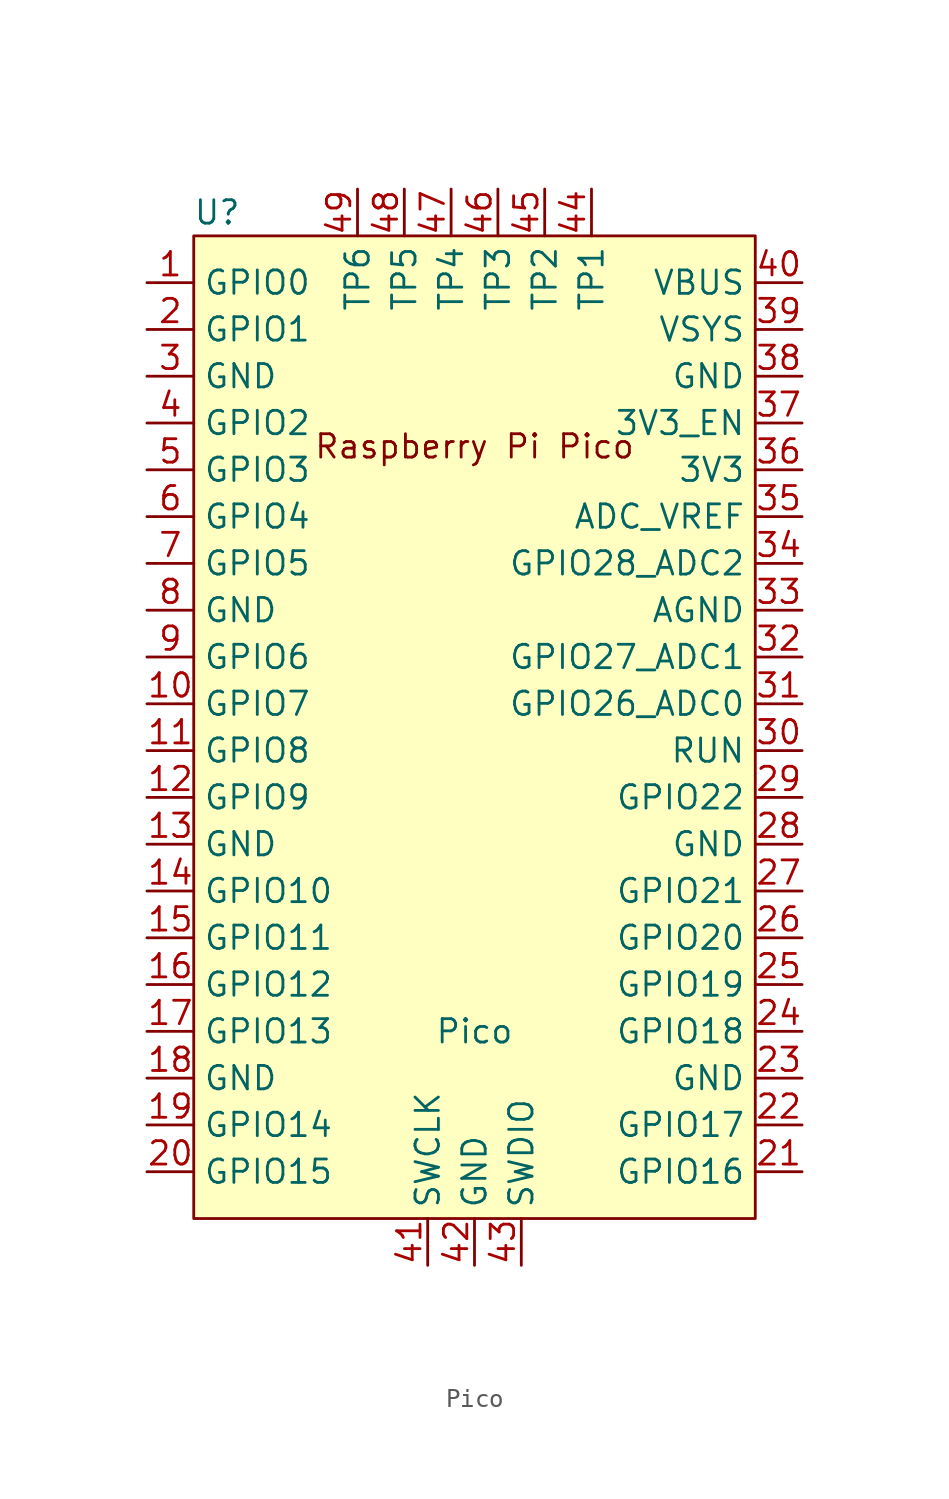
<source format=kicad_sym>
(kicad_symbol_lib
  (version 20211014)
  (generator kicad_symbol_editor)
  (symbol "Pico"
    (property "Reference" "U"
      (at -13.97 27.94 0)
      (effects (font (size 1.27 1.27))))
    (property "Value" "Pico"
      (at 0 -16.51 0)
      (effects (font (size 1.27 1.27))))
    (symbol "Pico_0_0"
      (text "Raspberry Pi Pico" (at 0 15.24 0) (effects (font (size 1.27 1.27)))))
    (symbol "Pico_0_1"
      (rectangle (start -15.24 26.67) (end 15.24 -26.67) (stroke (width 0) (type default) (color 0 0 0 0)) (fill (type background))))
    (symbol "Pico_1_1"
      (pin bidirectional line (at -17.78 24.13 0) (length 2.54) (name "GPIO0" (effects (font (size 1.27 1.27)))) (number "1" (effects (font (size 1.27 1.27)))))
      (pin bidirectional line (at -17.78 1.27 0) (length 2.54) (name "GPIO7" (effects (font (size 1.27 1.27)))) (number "10" (effects (font (size 1.27 1.27)))))
      (pin bidirectional line (at -17.78 -1.27 0) (length 2.54) (name "GPIO8" (effects (font (size 1.27 1.27)))) (number "11" (effects (font (size 1.27 1.27)))))
      (pin bidirectional line (at -17.78 -3.81 0) (length 2.54) (name "GPIO9" (effects (font (size 1.27 1.27)))) (number "12" (effects (font (size 1.27 1.27)))))
      (pin power_in line (at -17.78 -6.35 0) (length 2.54) (name "GND" (effects (font (size 1.27 1.27)))) (number "13" (effects (font (size 1.27 1.27)))))
      (pin bidirectional line (at -17.78 -8.89 0) (length 2.54) (name "GPIO10" (effects (font (size 1.27 1.27)))) (number "14" (effects (font (size 1.27 1.27)))))
      (pin bidirectional line (at -17.78 -11.43 0) (length 2.54) (name "GPIO11" (effects (font (size 1.27 1.27)))) (number "15" (effects (font (size 1.27 1.27)))))
      (pin bidirectional line (at -17.78 -13.97 0) (length 2.54) (name "GPIO12" (effects (font (size 1.27 1.27)))) (number "16" (effects (font (size 1.27 1.27)))))
      (pin bidirectional line (at -17.78 -16.51 0) (length 2.54) (name "GPIO13" (effects (font (size 1.27 1.27)))) (number "17" (effects (font (size 1.27 1.27)))))
      (pin power_in line (at -17.78 -19.05 0) (length 2.54) (name "GND" (effects (font (size 1.27 1.27)))) (number "18" (effects (font (size 1.27 1.27)))))
      (pin bidirectional line (at -17.78 -21.59 0) (length 2.54) (name "GPIO14" (effects (font (size 1.27 1.27)))) (number "19" (effects (font (size 1.27 1.27)))))
      (pin bidirectional line (at -17.78 21.59 0) (length 2.54) (name "GPIO1" (effects (font (size 1.27 1.27)))) (number "2" (effects (font (size 1.27 1.27)))))
      (pin bidirectional line (at -17.78 -24.13 0) (length 2.54) (name "GPIO15" (effects (font (size 1.27 1.27)))) (number "20" (effects (font (size 1.27 1.27)))))
      (pin bidirectional line (at 17.78 -24.13 180) (length 2.54) (name "GPIO16" (effects (font (size 1.27 1.27)))) (number "21" (effects (font (size 1.27 1.27)))))
      (pin bidirectional line (at 17.78 -21.59 180) (length 2.54) (name "GPIO17" (effects (font (size 1.27 1.27)))) (number "22" (effects (font (size 1.27 1.27)))))
      (pin power_in line (at 17.78 -19.05 180) (length 2.54) (name "GND" (effects (font (size 1.27 1.27)))) (number "23" (effects (font (size 1.27 1.27)))))
      (pin bidirectional line (at 17.78 -16.51 180) (length 2.54) (name "GPIO18" (effects (font (size 1.27 1.27)))) (number "24" (effects (font (size 1.27 1.27)))))
      (pin bidirectional line (at 17.78 -13.97 180) (length 2.54) (name "GPIO19" (effects (font (size 1.27 1.27)))) (number "25" (effects (font (size 1.27 1.27)))))
      (pin bidirectional line (at 17.78 -11.43 180) (length 2.54) (name "GPIO20" (effects (font (size 1.27 1.27)))) (number "26" (effects (font (size 1.27 1.27)))))
      (pin bidirectional line (at 17.78 -8.89 180) (length 2.54) (name "GPIO21" (effects (font (size 1.27 1.27)))) (number "27" (effects (font (size 1.27 1.27)))))
      (pin power_in line (at 17.78 -6.35 180) (length 2.54) (name "GND" (effects (font (size 1.27 1.27)))) (number "28" (effects (font (size 1.27 1.27)))))
      (pin bidirectional line (at 17.78 -3.81 180) (length 2.54) (name "GPIO22" (effects (font (size 1.27 1.27)))) (number "29" (effects (font (size 1.27 1.27)))))
      (pin power_in line (at -17.78 19.05 0) (length 2.54) (name "GND" (effects (font (size 1.27 1.27)))) (number "3" (effects (font (size 1.27 1.27)))))
      (pin input line (at 17.78 -1.27 180) (length 2.54) (name "RUN" (effects (font (size 1.27 1.27)))) (number "30" (effects (font (size 1.27 1.27)))))
      (pin bidirectional line (at 17.78 1.27 180) (length 2.54) (name "GPIO26_ADC0" (effects (font (size 1.27 1.27)))) (number "31" (effects (font (size 1.27 1.27)))))
      (pin bidirectional line (at 17.78 3.81 180) (length 2.54) (name "GPIO27_ADC1" (effects (font (size 1.27 1.27)))) (number "32" (effects (font (size 1.27 1.27)))))
      (pin power_in line (at 17.78 6.35 180) (length 2.54) (name "AGND" (effects (font (size 1.27 1.27)))) (number "33" (effects (font (size 1.27 1.27)))))
      (pin bidirectional line (at 17.78 8.89 180) (length 2.54) (name "GPIO28_ADC2" (effects (font (size 1.27 1.27)))) (number "34" (effects (font (size 1.27 1.27)))))
      (pin power_in line (at 17.78 11.43 180) (length 2.54) (name "ADC_VREF" (effects (font (size 1.27 1.27)))) (number "35" (effects (font (size 1.27 1.27)))))
      (pin power_in line (at 17.78 13.97 180) (length 2.54) (name "3V3" (effects (font (size 1.27 1.27)))) (number "36" (effects (font (size 1.27 1.27)))))
      (pin input line (at 17.78 16.51 180) (length 2.54) (name "3V3_EN" (effects (font (size 1.27 1.27)))) (number "37" (effects (font (size 1.27 1.27)))))
      (pin bidirectional line (at 17.78 19.05 180) (length 2.54) (name "GND" (effects (font (size 1.27 1.27)))) (number "38" (effects (font (size 1.27 1.27)))))
      (pin power_in line (at 17.78 21.59 180) (length 2.54) (name "VSYS" (effects (font (size 1.27 1.27)))) (number "39" (effects (font (size 1.27 1.27)))))
      (pin bidirectional line (at -17.78 16.51 0) (length 2.54) (name "GPIO2" (effects (font (size 1.27 1.27)))) (number "4" (effects (font (size 1.27 1.27)))))
      (pin power_in line (at 17.78 24.13 180) (length 2.54) (name "VBUS" (effects (font (size 1.27 1.27)))) (number "40" (effects (font (size 1.27 1.27)))))
      (pin input line (at -2.54 -29.21 90) (length 2.54) (name "SWCLK" (effects (font (size 1.27 1.27)))) (number "41" (effects (font (size 1.27 1.27)))))
      (pin power_in line (at 0 -29.21 90) (length 2.54) (name "GND" (effects (font (size 1.27 1.27)))) (number "42" (effects (font (size 1.27 1.27)))))
      (pin bidirectional line (at 2.54 -29.21 90) (length 2.54) (name "SWDIO" (effects (font (size 1.27 1.27)))) (number "43" (effects (font (size 1.27 1.27)))))
      (pin input line (at 6.35 29.21 270) (length 2.54) (name "TP1" (effects (font (size 1.27 1.27)))) (number "44" (effects (font (size 1.27 1.27)))))
      (pin input line (at 3.81 29.21 270) (length 2.54) (name "TP2" (effects (font (size 1.27 1.27)))) (number "45" (effects (font (size 1.27 1.27)))))
      (pin input line (at 1.27 29.21 270) (length 2.54) (name "TP3" (effects (font (size 1.27 1.27)))) (number "46" (effects (font (size 1.27 1.27)))))
      (pin input line (at -1.27 29.21 270) (length 2.54) (name "TP4" (effects (font (size 1.27 1.27)))) (number "47" (effects (font (size 1.27 1.27)))))
      (pin input line (at -3.81 29.21 270) (length 2.54) (name "TP5" (effects (font (size 1.27 1.27)))) (number "48" (effects (font (size 1.27 1.27)))))
      (pin input line (at -6.35 29.21 270) (length 2.54) (name "TP6" (effects (font (size 1.27 1.27)))) (number "49" (effects (font (size 1.27 1.27)))))
      (pin bidirectional line (at -17.78 13.97 0) (length 2.54) (name "GPIO3" (effects (font (size 1.27 1.27)))) (number "5" (effects (font (size 1.27 1.27)))))
      (pin bidirectional line (at -17.78 11.43 0) (length 2.54) (name "GPIO4" (effects (font (size 1.27 1.27)))) (number "6" (effects (font (size 1.27 1.27)))))
      (pin bidirectional line (at -17.78 8.89 0) (length 2.54) (name "GPIO5" (effects (font (size 1.27 1.27)))) (number "7" (effects (font (size 1.27 1.27)))))
      (pin power_in line (at -17.78 6.35 0) (length 2.54) (name "GND" (effects (font (size 1.27 1.27)))) (number "8" (effects (font (size 1.27 1.27)))))
      (pin bidirectional line (at -17.78 3.81 0) (length 2.54) (name "GPIO6" (effects (font (size 1.27 1.27)))) (number "9" (effects (font (size 1.27 1.27))))))))
</source>
